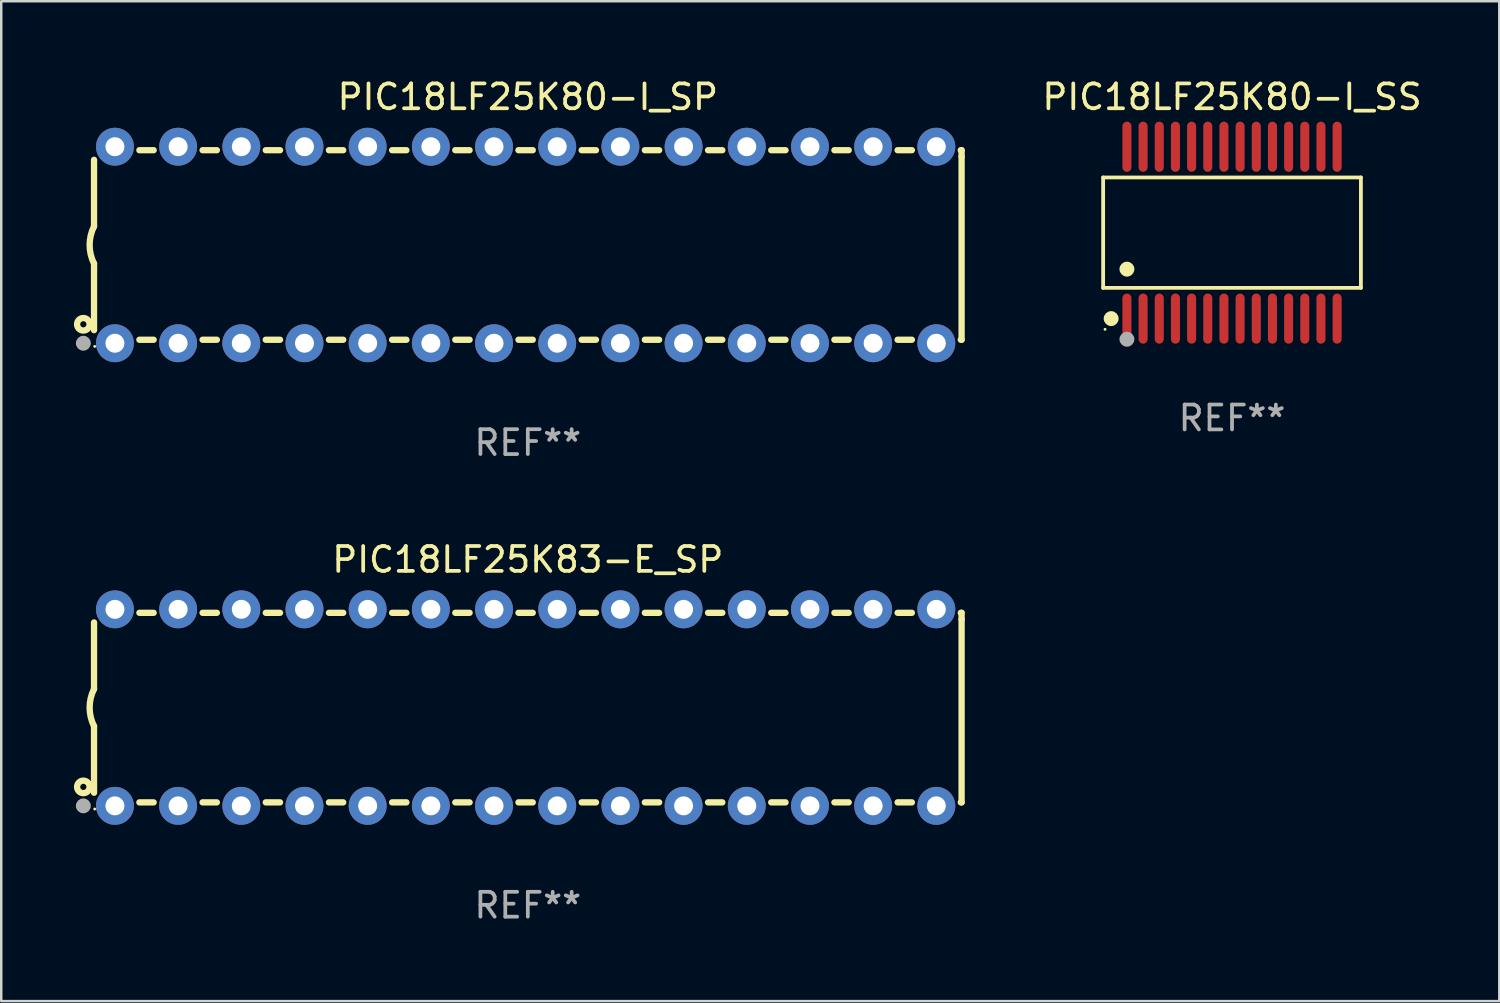
<source format=kicad_pcb>
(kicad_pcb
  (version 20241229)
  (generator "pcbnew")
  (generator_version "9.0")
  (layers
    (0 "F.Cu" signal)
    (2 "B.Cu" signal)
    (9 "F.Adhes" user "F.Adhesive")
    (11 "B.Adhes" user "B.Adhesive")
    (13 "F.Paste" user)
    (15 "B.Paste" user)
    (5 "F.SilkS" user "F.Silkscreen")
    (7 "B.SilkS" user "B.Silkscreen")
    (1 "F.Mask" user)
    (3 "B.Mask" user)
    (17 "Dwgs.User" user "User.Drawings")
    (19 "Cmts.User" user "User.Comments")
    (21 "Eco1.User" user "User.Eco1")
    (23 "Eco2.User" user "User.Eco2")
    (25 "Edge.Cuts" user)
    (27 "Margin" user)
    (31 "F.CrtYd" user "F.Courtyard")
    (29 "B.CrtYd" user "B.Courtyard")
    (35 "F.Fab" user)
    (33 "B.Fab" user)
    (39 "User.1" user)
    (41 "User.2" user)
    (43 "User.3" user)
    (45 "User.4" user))
  (footprint "PIC18LF25K80-I_SS"
    (layer "F.Cu")
    (at 46.477 6.303)
    (property "Reference" "PIC18LF25K80-I_SS" (at 0 -5.455 0) (layer "F.SilkS") (effects (font (size 1 1) (thickness 0.15))))
    (attr through_hole)
    (fp_line (start -5.181 -2.219) (end 5.181 -2.219) (stroke (width 0.152) (type solid)) (layer "F.SilkS"))
    (fp_line (start -5.181 2.219) (end -5.181 -2.219) (stroke (width 0.152) (type solid)) (layer "F.SilkS"))
    (fp_line (start 5.181 -2.219) (end 5.181 2.219) (stroke (width 0.152) (type solid)) (layer "F.SilkS"))
    (fp_line (start 5.181 2.219) (end -5.181 2.219) (stroke (width 0.152) (type solid)) (layer "F.SilkS"))
    (fp_circle (center -5.105 3.885) (end -5.075 3.885) (stroke (width 0.06) (type solid)) (fill no) (layer "F.SilkS"))
    (fp_circle (center -4.859 3.455) (end -4.709 3.455) (stroke (width 0.3) (type solid)) (fill no) (layer "F.SilkS"))
    (fp_circle (center -4.225 1.467) (end -4.075 1.467) (stroke (width 0.3) (type solid)) (fill no) (layer "F.SilkS"))
    (fp_circle (center -4.225 4.285) (end -4.075 4.285) (stroke (width 0.3) (type solid)) (fill no) (layer "F.Fab"))
    (fp_text user "REF**" (at 0 7.455 0) (layer "F.Fab") (effects (font (size 1 1) (thickness 0.15))))
    (pad "1" smd oval (at -4.225 3.455) (size 0.364 2.015) (layers "F.Cu" "F.Mask" "F.Paste"))
    (pad "2" smd oval (at -3.575 3.455) (size 0.364 2.015) (layers "F.Cu" "F.Mask" "F.Paste"))
    (pad "3" smd oval (at -2.925 3.455) (size 0.364 2.015) (layers "F.Cu" "F.Mask" "F.Paste"))
    (pad "4" smd oval (at -2.275 3.455) (size 0.364 2.015) (layers "F.Cu" "F.Mask" "F.Paste"))
    (pad "5" smd oval (at -1.625 3.455) (size 0.364 2.015) (layers "F.Cu" "F.Mask" "F.Paste"))
    (pad "6" smd oval (at -0.975 3.455) (size 0.364 2.015) (layers "F.Cu" "F.Mask" "F.Paste"))
    (pad "7" smd oval (at -0.325 3.455) (size 0.364 2.015) (layers "F.Cu" "F.Mask" "F.Paste"))
    (pad "8" smd oval (at 0.325 3.455) (size 0.364 2.015) (layers "F.Cu" "F.Mask" "F.Paste"))
    (pad "9" smd oval (at 0.975 3.455) (size 0.364 2.015) (layers "F.Cu" "F.Mask" "F.Paste"))
    (pad "10" smd oval (at 1.625 3.455) (size 0.364 2.015) (layers "F.Cu" "F.Mask" "F.Paste"))
    (pad "11" smd oval (at 2.275 3.455) (size 0.364 2.015) (layers "F.Cu" "F.Mask" "F.Paste"))
    (pad "12" smd oval (at 2.925 3.455) (size 0.364 2.015) (layers "F.Cu" "F.Mask" "F.Paste"))
    (pad "13" smd oval (at 3.575 3.455) (size 0.364 2.015) (layers "F.Cu" "F.Mask" "F.Paste"))
    (pad "14" smd oval (at 4.225 3.455) (size 0.364 2.015) (layers "F.Cu" "F.Mask" "F.Paste"))
    (pad "15" smd oval (at 4.225 -3.455) (size 0.364 2.015) (layers "F.Cu" "F.Mask" "F.Paste"))
    (pad "16" smd oval (at 3.575 -3.455) (size 0.364 2.015) (layers "F.Cu" "F.Mask" "F.Paste"))
    (pad "17" smd oval (at 2.925 -3.455) (size 0.364 2.015) (layers "F.Cu" "F.Mask" "F.Paste"))
    (pad "18" smd oval (at 2.275 -3.455) (size 0.364 2.015) (layers "F.Cu" "F.Mask" "F.Paste"))
    (pad "19" smd oval (at 1.625 -3.455) (size 0.364 2.015) (layers "F.Cu" "F.Mask" "F.Paste"))
    (pad "20" smd oval (at 0.975 -3.455) (size 0.364 2.015) (layers "F.Cu" "F.Mask" "F.Paste"))
    (pad "21" smd oval (at 0.325 -3.455) (size 0.364 2.015) (layers "F.Cu" "F.Mask" "F.Paste"))
    (pad "22" smd oval (at -0.325 -3.455) (size 0.364 2.015) (layers "F.Cu" "F.Mask" "F.Paste"))
    (pad "23" smd oval (at -0.975 -3.455) (size 0.364 2.015) (layers "F.Cu" "F.Mask" "F.Paste"))
    (pad "24" smd oval (at -1.625 -3.455) (size 0.364 2.015) (layers "F.Cu" "F.Mask" "F.Paste"))
    (pad "25" smd oval (at -2.275 -3.455) (size 0.364 2.015) (layers "F.Cu" "F.Mask" "F.Paste"))
    (pad "26" smd oval (at -2.925 -3.455) (size 0.364 2.015) (layers "F.Cu" "F.Mask" "F.Paste"))
    (pad "27" smd oval (at -3.575 -3.455) (size 0.364 2.015) (layers "F.Cu" "F.Mask" "F.Paste"))
    (pad "28" smd oval (at -4.225 -3.455) (size 0.364 2.015) (layers "F.Cu" "F.Mask" "F.Paste")))
  (footprint "PIC18LF25K80-I_SP"
    (layer "F.Cu")
    (at 18.168 6.798)
    (property "Reference" "PIC18LF25K80-I_SP" (at 0 -5.95 0) (layer "F.SilkS") (effects (font (size 1 1) (thickness 0.15))))
    (attr through_hole)
    (fp_line (start -17.438 0.75) (end -17.438 3.423) (stroke (width 0.254) (type solid)) (layer "F.SilkS"))
    (fp_line (start -17.438 -3.423) (end -17.438 -0.75) (stroke (width 0.254) (type solid)) (layer "F.SilkS"))
    (fp_line (start -15.615 3.81) (end -15.041 3.81) (stroke (width 0.254) (type solid)) (layer "F.SilkS"))
    (fp_line (start -15.041 -3.81) (end -15.614 -3.81) (stroke (width 0.254) (type solid)) (layer "F.SilkS"))
    (fp_line (start -13.075 3.81) (end -12.501 3.81) (stroke (width 0.254) (type solid)) (layer "F.SilkS"))
    (fp_line (start -12.501 -3.81) (end -13.074 -3.81) (stroke (width 0.254) (type solid)) (layer "F.SilkS"))
    (fp_line (start -10.535 3.81) (end -9.961 3.81) (stroke (width 0.254) (type solid)) (layer "F.SilkS"))
    (fp_line (start -9.961 -3.81) (end -10.534 -3.81) (stroke (width 0.254) (type solid)) (layer "F.SilkS"))
    (fp_line (start -7.995 3.81) (end -7.421 3.81) (stroke (width 0.254) (type solid)) (layer "F.SilkS"))
    (fp_line (start -7.421 -3.81) (end -7.995 -3.81) (stroke (width 0.254) (type solid)) (layer "F.SilkS"))
    (fp_line (start -5.455 3.81) (end -4.881 3.81) (stroke (width 0.254) (type solid)) (layer "F.SilkS"))
    (fp_line (start -4.881 -3.81) (end -5.455 -3.81) (stroke (width 0.254) (type solid)) (layer "F.SilkS"))
    (fp_line (start -2.915 3.81) (end -2.341 3.81) (stroke (width 0.254) (type solid)) (layer "F.SilkS"))
    (fp_line (start -2.341 -3.81) (end -2.915 -3.81) (stroke (width 0.254) (type solid)) (layer "F.SilkS"))
    (fp_line (start -0.375 3.81) (end 0.199 3.81) (stroke (width 0.254) (type solid)) (layer "F.SilkS"))
    (fp_line (start 0.199 -3.81) (end -0.375 -3.81) (stroke (width 0.254) (type solid)) (layer "F.SilkS"))
    (fp_line (start 2.165 3.81) (end 2.739 3.81) (stroke (width 0.254) (type solid)) (layer "F.SilkS"))
    (fp_line (start 2.739 -3.81) (end 2.165 -3.81) (stroke (width 0.254) (type solid)) (layer "F.SilkS"))
    (fp_line (start 4.705 3.81) (end 5.279 3.81) (stroke (width 0.254) (type solid)) (layer "F.SilkS"))
    (fp_line (start 5.279 -3.81) (end 4.705 -3.81) (stroke (width 0.254) (type solid)) (layer "F.SilkS"))
    (fp_line (start 7.245 3.81) (end 7.819 3.81) (stroke (width 0.254) (type solid)) (layer "F.SilkS"))
    (fp_line (start 7.819 -3.81) (end 7.245 -3.81) (stroke (width 0.254) (type solid)) (layer "F.SilkS"))
    (fp_line (start 9.785 3.81) (end 10.359 3.81) (stroke (width 0.254) (type solid)) (layer "F.SilkS"))
    (fp_line (start 10.359 -3.81) (end 9.785 -3.81) (stroke (width 0.254) (type solid)) (layer "F.SilkS"))
    (fp_line (start 12.325 3.81) (end 12.899 3.81) (stroke (width 0.254) (type solid)) (layer "F.SilkS"))
    (fp_line (start 12.899 -3.81) (end 12.325 -3.81) (stroke (width 0.254) (type solid)) (layer "F.SilkS"))
    (fp_line (start 14.865 3.81) (end 15.439 3.81) (stroke (width 0.254) (type solid)) (layer "F.SilkS"))
    (fp_line (start 15.439 -3.81) (end 14.865 -3.81) (stroke (width 0.254) (type solid)) (layer "F.SilkS"))
    (fp_line (start 17.405 3.81) (end 17.438 3.81) (stroke (width 0.254) (type solid)) (layer "F.SilkS"))
    (fp_line (start 17.438 -3.81) (end 17.405 -3.81) (stroke (width 0.254) (type solid)) (layer "F.SilkS"))
    (fp_line (start 17.438 -3.556) (end 17.438 -3.81) (stroke (width 0.254) (type solid)) (layer "F.SilkS"))
    (fp_line (start 17.438 3.81) (end 17.438 -3.556) (stroke (width 0.254) (type solid)) (layer "F.SilkS"))
    (fp_arc (start -17.437986 0.749657) (mid -17.614887 -0.000024) (end -17.437783 -0.749657) (stroke (width 0.254001) (type solid)) (layer "F.SilkS"))
    (fp_circle (center -17.868 3.188) (end -17.743 3.188) (stroke (width 0.254) (type solid)) (fill no) (layer "F.SilkS"))
    (fp_circle (center -17.411 4.077) (end -17.381 4.077) (stroke (width 0.06) (type solid)) (fill no) (layer "F.SilkS"))
    (fp_circle (center -17.868 3.95) (end -17.718 3.95) (stroke (width 0.3) (type solid)) (fill no) (layer "F.Fab"))
    (fp_text user "REF**" (at 0 7.95 0) (layer "F.Fab") (effects (font (size 1 1) (thickness 0.15))))
    (pad "1" thru_hole circle (at -16.598 3.95) (size 1.524 1.524) (drill 0.762) (layers "*.Cu" "*.Mask"))
    (pad "2" thru_hole circle (at -14.058 3.95) (size 1.524 1.524) (drill 0.762) (layers "*.Cu" "*.Mask"))
    (pad "3" thru_hole circle (at -11.518 3.95) (size 1.524 1.524) (drill 0.762) (layers "*.Cu" "*.Mask"))
    (pad "4" thru_hole circle (at -8.978 3.95) (size 1.524 1.524) (drill 0.762) (layers "*.Cu" "*.Mask"))
    (pad "5" thru_hole circle (at -6.438 3.95) (size 1.524 1.524) (drill 0.762) (layers "*.Cu" "*.Mask"))
    (pad "6" thru_hole circle (at -3.898 3.95) (size 1.524 1.524) (drill 0.762) (layers "*.Cu" "*.Mask"))
    (pad "7" thru_hole circle (at -1.358 3.95) (size 1.524 1.524) (drill 0.762) (layers "*.Cu" "*.Mask"))
    (pad "8" thru_hole circle (at 1.182 3.95) (size 1.524 1.524) (drill 0.762) (layers "*.Cu" "*.Mask"))
    (pad "9" thru_hole circle (at 3.722 3.95) (size 1.524 1.524) (drill 0.762) (layers "*.Cu" "*.Mask"))
    (pad "10" thru_hole circle (at 6.262 3.95) (size 1.524 1.524) (drill 0.762) (layers "*.Cu" "*.Mask"))
    (pad "11" thru_hole circle (at 8.802 3.95) (size 1.524 1.524) (drill 0.762) (layers "*.Cu" "*.Mask"))
    (pad "12" thru_hole circle (at 11.342 3.95) (size 1.524 1.524) (drill 0.762) (layers "*.Cu" "*.Mask"))
    (pad "13" thru_hole circle (at 13.882 3.95) (size 1.524 1.524) (drill 0.762) (layers "*.Cu" "*.Mask"))
    (pad "14" thru_hole circle (at 16.422 3.95) (size 1.524 1.524) (drill 0.762) (layers "*.Cu" "*.Mask"))
    (pad "15" thru_hole circle (at 16.422 -3.95) (size 1.524 1.524) (drill 0.762) (layers "*.Cu" "*.Mask"))
    (pad "16" thru_hole circle (at 13.882 -3.95) (size 1.524 1.524) (drill 0.762) (layers "*.Cu" "*.Mask"))
    (pad "17" thru_hole circle (at 11.342 -3.95) (size 1.524 1.524) (drill 0.762) (layers "*.Cu" "*.Mask"))
    (pad "18" thru_hole circle (at 8.802 -3.95) (size 1.524 1.524) (drill 0.762) (layers "*.Cu" "*.Mask"))
    (pad "19" thru_hole circle (at 6.262 -3.95) (size 1.524 1.524) (drill 0.762) (layers "*.Cu" "*.Mask"))
    (pad "20" thru_hole circle (at 3.722 -3.95) (size 1.524 1.524) (drill 0.762) (layers "*.Cu" "*.Mask"))
    (pad "21" thru_hole circle (at 1.182 -3.95) (size 1.524 1.524) (drill 0.762) (layers "*.Cu" "*.Mask"))
    (pad "22" thru_hole circle (at -1.358 -3.95) (size 1.524 1.524) (drill 0.762) (layers "*.Cu" "*.Mask"))
    (pad "23" thru_hole circle (at -3.898 -3.95) (size 1.524 1.524) (drill 0.762) (layers "*.Cu" "*.Mask"))
    (pad "24" thru_hole circle (at -6.438 -3.95) (size 1.524 1.524) (drill 0.762) (layers "*.Cu" "*.Mask"))
    (pad "25" thru_hole circle (at -8.978 -3.95) (size 1.524 1.524) (drill 0.762) (layers "*.Cu" "*.Mask"))
    (pad "26" thru_hole circle (at -11.517 -3.95) (size 1.524 1.524) (drill 0.762) (layers "*.Cu" "*.Mask"))
    (pad "27" thru_hole circle (at -14.057 -3.95) (size 1.524 1.524) (drill 0.762) (layers "*.Cu" "*.Mask"))
    (pad "28" thru_hole circle (at -16.597 -3.95) (size 1.524 1.524) (drill 0.762) (layers "*.Cu" "*.Mask")))
  (footprint "PIC18LF25K83-E_SP"
    (layer "F.Cu")
    (at 18.168 25.395)
    (property "Reference" "PIC18LF25K83-E_SP" (at 0 -5.95 0) (layer "F.SilkS") (effects (font (size 1 1) (thickness 0.15))))
    (attr through_hole)
    (fp_line (start -17.438 0.75) (end -17.438 3.423) (stroke (width 0.254) (type solid)) (layer "F.SilkS"))
    (fp_line (start -17.438 -3.423) (end -17.438 -0.75) (stroke (width 0.254) (type solid)) (layer "F.SilkS"))
    (fp_line (start -15.615 3.81) (end -15.041 3.81) (stroke (width 0.254) (type solid)) (layer "F.SilkS"))
    (fp_line (start -15.041 -3.81) (end -15.614 -3.81) (stroke (width 0.254) (type solid)) (layer "F.SilkS"))
    (fp_line (start -13.075 3.81) (end -12.501 3.81) (stroke (width 0.254) (type solid)) (layer "F.SilkS"))
    (fp_line (start -12.501 -3.81) (end -13.074 -3.81) (stroke (width 0.254) (type solid)) (layer "F.SilkS"))
    (fp_line (start -10.535 3.81) (end -9.961 3.81) (stroke (width 0.254) (type solid)) (layer "F.SilkS"))
    (fp_line (start -9.961 -3.81) (end -10.534 -3.81) (stroke (width 0.254) (type solid)) (layer "F.SilkS"))
    (fp_line (start -7.995 3.81) (end -7.421 3.81) (stroke (width 0.254) (type solid)) (layer "F.SilkS"))
    (fp_line (start -7.421 -3.81) (end -7.995 -3.81) (stroke (width 0.254) (type solid)) (layer "F.SilkS"))
    (fp_line (start -5.455 3.81) (end -4.881 3.81) (stroke (width 0.254) (type solid)) (layer "F.SilkS"))
    (fp_line (start -4.881 -3.81) (end -5.455 -3.81) (stroke (width 0.254) (type solid)) (layer "F.SilkS"))
    (fp_line (start -2.915 3.81) (end -2.341 3.81) (stroke (width 0.254) (type solid)) (layer "F.SilkS"))
    (fp_line (start -2.341 -3.81) (end -2.915 -3.81) (stroke (width 0.254) (type solid)) (layer "F.SilkS"))
    (fp_line (start -0.375 3.81) (end 0.199 3.81) (stroke (width 0.254) (type solid)) (layer "F.SilkS"))
    (fp_line (start 0.199 -3.81) (end -0.375 -3.81) (stroke (width 0.254) (type solid)) (layer "F.SilkS"))
    (fp_line (start 2.165 3.81) (end 2.739 3.81) (stroke (width 0.254) (type solid)) (layer "F.SilkS"))
    (fp_line (start 2.739 -3.81) (end 2.165 -3.81) (stroke (width 0.254) (type solid)) (layer "F.SilkS"))
    (fp_line (start 4.705 3.81) (end 5.279 3.81) (stroke (width 0.254) (type solid)) (layer "F.SilkS"))
    (fp_line (start 5.279 -3.81) (end 4.705 -3.81) (stroke (width 0.254) (type solid)) (layer "F.SilkS"))
    (fp_line (start 7.245 3.81) (end 7.819 3.81) (stroke (width 0.254) (type solid)) (layer "F.SilkS"))
    (fp_line (start 7.819 -3.81) (end 7.245 -3.81) (stroke (width 0.254) (type solid)) (layer "F.SilkS"))
    (fp_line (start 9.785 3.81) (end 10.359 3.81) (stroke (width 0.254) (type solid)) (layer "F.SilkS"))
    (fp_line (start 10.359 -3.81) (end 9.785 -3.81) (stroke (width 0.254) (type solid)) (layer "F.SilkS"))
    (fp_line (start 12.325 3.81) (end 12.899 3.81) (stroke (width 0.254) (type solid)) (layer "F.SilkS"))
    (fp_line (start 12.899 -3.81) (end 12.325 -3.81) (stroke (width 0.254) (type solid)) (layer "F.SilkS"))
    (fp_line (start 14.865 3.81) (end 15.439 3.81) (stroke (width 0.254) (type solid)) (layer "F.SilkS"))
    (fp_line (start 15.439 -3.81) (end 14.865 -3.81) (stroke (width 0.254) (type solid)) (layer "F.SilkS"))
    (fp_line (start 17.405 3.81) (end 17.438 3.81) (stroke (width 0.254) (type solid)) (layer "F.SilkS"))
    (fp_line (start 17.438 -3.81) (end 17.405 -3.81) (stroke (width 0.254) (type solid)) (layer "F.SilkS"))
    (fp_line (start 17.438 -3.556) (end 17.438 -3.81) (stroke (width 0.254) (type solid)) (layer "F.SilkS"))
    (fp_line (start 17.438 3.81) (end 17.438 -3.556) (stroke (width 0.254) (type solid)) (layer "F.SilkS"))
    (fp_arc (start -17.437986 0.749657) (mid -17.614887 -0.000024) (end -17.437783 -0.749657) (stroke (width 0.254001) (type solid)) (layer "F.SilkS"))
    (fp_circle (center -17.868 3.188) (end -17.743 3.188) (stroke (width 0.254) (type solid)) (fill no) (layer "F.SilkS"))
    (fp_circle (center -17.411 4.077) (end -17.381 4.077) (stroke (width 0.06) (type solid)) (fill no) (layer "F.SilkS"))
    (fp_circle (center -17.868 3.95) (end -17.718 3.95) (stroke (width 0.3) (type solid)) (fill no) (layer "F.Fab"))
    (fp_text user "REF**" (at 0 7.95 0) (layer "F.Fab") (effects (font (size 1 1) (thickness 0.15))))
    (pad "1" thru_hole circle (at -16.598 3.95) (size 1.524 1.524) (drill 0.762) (layers "*.Cu" "*.Mask"))
    (pad "2" thru_hole circle (at -14.058 3.95) (size 1.524 1.524) (drill 0.762) (layers "*.Cu" "*.Mask"))
    (pad "3" thru_hole circle (at -11.518 3.95) (size 1.524 1.524) (drill 0.762) (layers "*.Cu" "*.Mask"))
    (pad "4" thru_hole circle (at -8.978 3.95) (size 1.524 1.524) (drill 0.762) (layers "*.Cu" "*.Mask"))
    (pad "5" thru_hole circle (at -6.438 3.95) (size 1.524 1.524) (drill 0.762) (layers "*.Cu" "*.Mask"))
    (pad "6" thru_hole circle (at -3.898 3.95) (size 1.524 1.524) (drill 0.762) (layers "*.Cu" "*.Mask"))
    (pad "7" thru_hole circle (at -1.358 3.95) (size 1.524 1.524) (drill 0.762) (layers "*.Cu" "*.Mask"))
    (pad "8" thru_hole circle (at 1.182 3.95) (size 1.524 1.524) (drill 0.762) (layers "*.Cu" "*.Mask"))
    (pad "9" thru_hole circle (at 3.722 3.95) (size 1.524 1.524) (drill 0.762) (layers "*.Cu" "*.Mask"))
    (pad "10" thru_hole circle (at 6.262 3.95) (size 1.524 1.524) (drill 0.762) (layers "*.Cu" "*.Mask"))
    (pad "11" thru_hole circle (at 8.802 3.95) (size 1.524 1.524) (drill 0.762) (layers "*.Cu" "*.Mask"))
    (pad "12" thru_hole circle (at 11.342 3.95) (size 1.524 1.524) (drill 0.762) (layers "*.Cu" "*.Mask"))
    (pad "13" thru_hole circle (at 13.882 3.95) (size 1.524 1.524) (drill 0.762) (layers "*.Cu" "*.Mask"))
    (pad "14" thru_hole circle (at 16.422 3.95) (size 1.524 1.524) (drill 0.762) (layers "*.Cu" "*.Mask"))
    (pad "15" thru_hole circle (at 16.422 -3.95) (size 1.524 1.524) (drill 0.762) (layers "*.Cu" "*.Mask"))
    (pad "16" thru_hole circle (at 13.882 -3.95) (size 1.524 1.524) (drill 0.762) (layers "*.Cu" "*.Mask"))
    (pad "17" thru_hole circle (at 11.342 -3.95) (size 1.524 1.524) (drill 0.762) (layers "*.Cu" "*.Mask"))
    (pad "18" thru_hole circle (at 8.802 -3.95) (size 1.524 1.524) (drill 0.762) (layers "*.Cu" "*.Mask"))
    (pad "19" thru_hole circle (at 6.262 -3.95) (size 1.524 1.524) (drill 0.762) (layers "*.Cu" "*.Mask"))
    (pad "20" thru_hole circle (at 3.722 -3.95) (size 1.524 1.524) (drill 0.762) (layers "*.Cu" "*.Mask"))
    (pad "21" thru_hole circle (at 1.182 -3.95) (size 1.524 1.524) (drill 0.762) (layers "*.Cu" "*.Mask"))
    (pad "22" thru_hole circle (at -1.358 -3.95) (size 1.524 1.524) (drill 0.762) (layers "*.Cu" "*.Mask"))
    (pad "23" thru_hole circle (at -3.898 -3.95) (size 1.524 1.524) (drill 0.762) (layers "*.Cu" "*.Mask"))
    (pad "24" thru_hole circle (at -6.438 -3.95) (size 1.524 1.524) (drill 0.762) (layers "*.Cu" "*.Mask"))
    (pad "25" thru_hole circle (at -8.978 -3.95) (size 1.524 1.524) (drill 0.762) (layers "*.Cu" "*.Mask"))
    (pad "26" thru_hole circle (at -11.517 -3.95) (size 1.524 1.524) (drill 0.762) (layers "*.Cu" "*.Mask"))
    (pad "27" thru_hole circle (at -14.057 -3.95) (size 1.524 1.524) (drill 0.762) (layers "*.Cu" "*.Mask"))
    (pad "28" thru_hole circle (at -16.597 -3.95) (size 1.524 1.524) (drill 0.762) (layers "*.Cu" "*.Mask")))
  (gr_rect
    (start -3 -3)
    (end 57.221 37.193)
    (stroke (width 0.1) (type default))
    (fill no)
    (layer "Edge.Cuts")))
</source>
